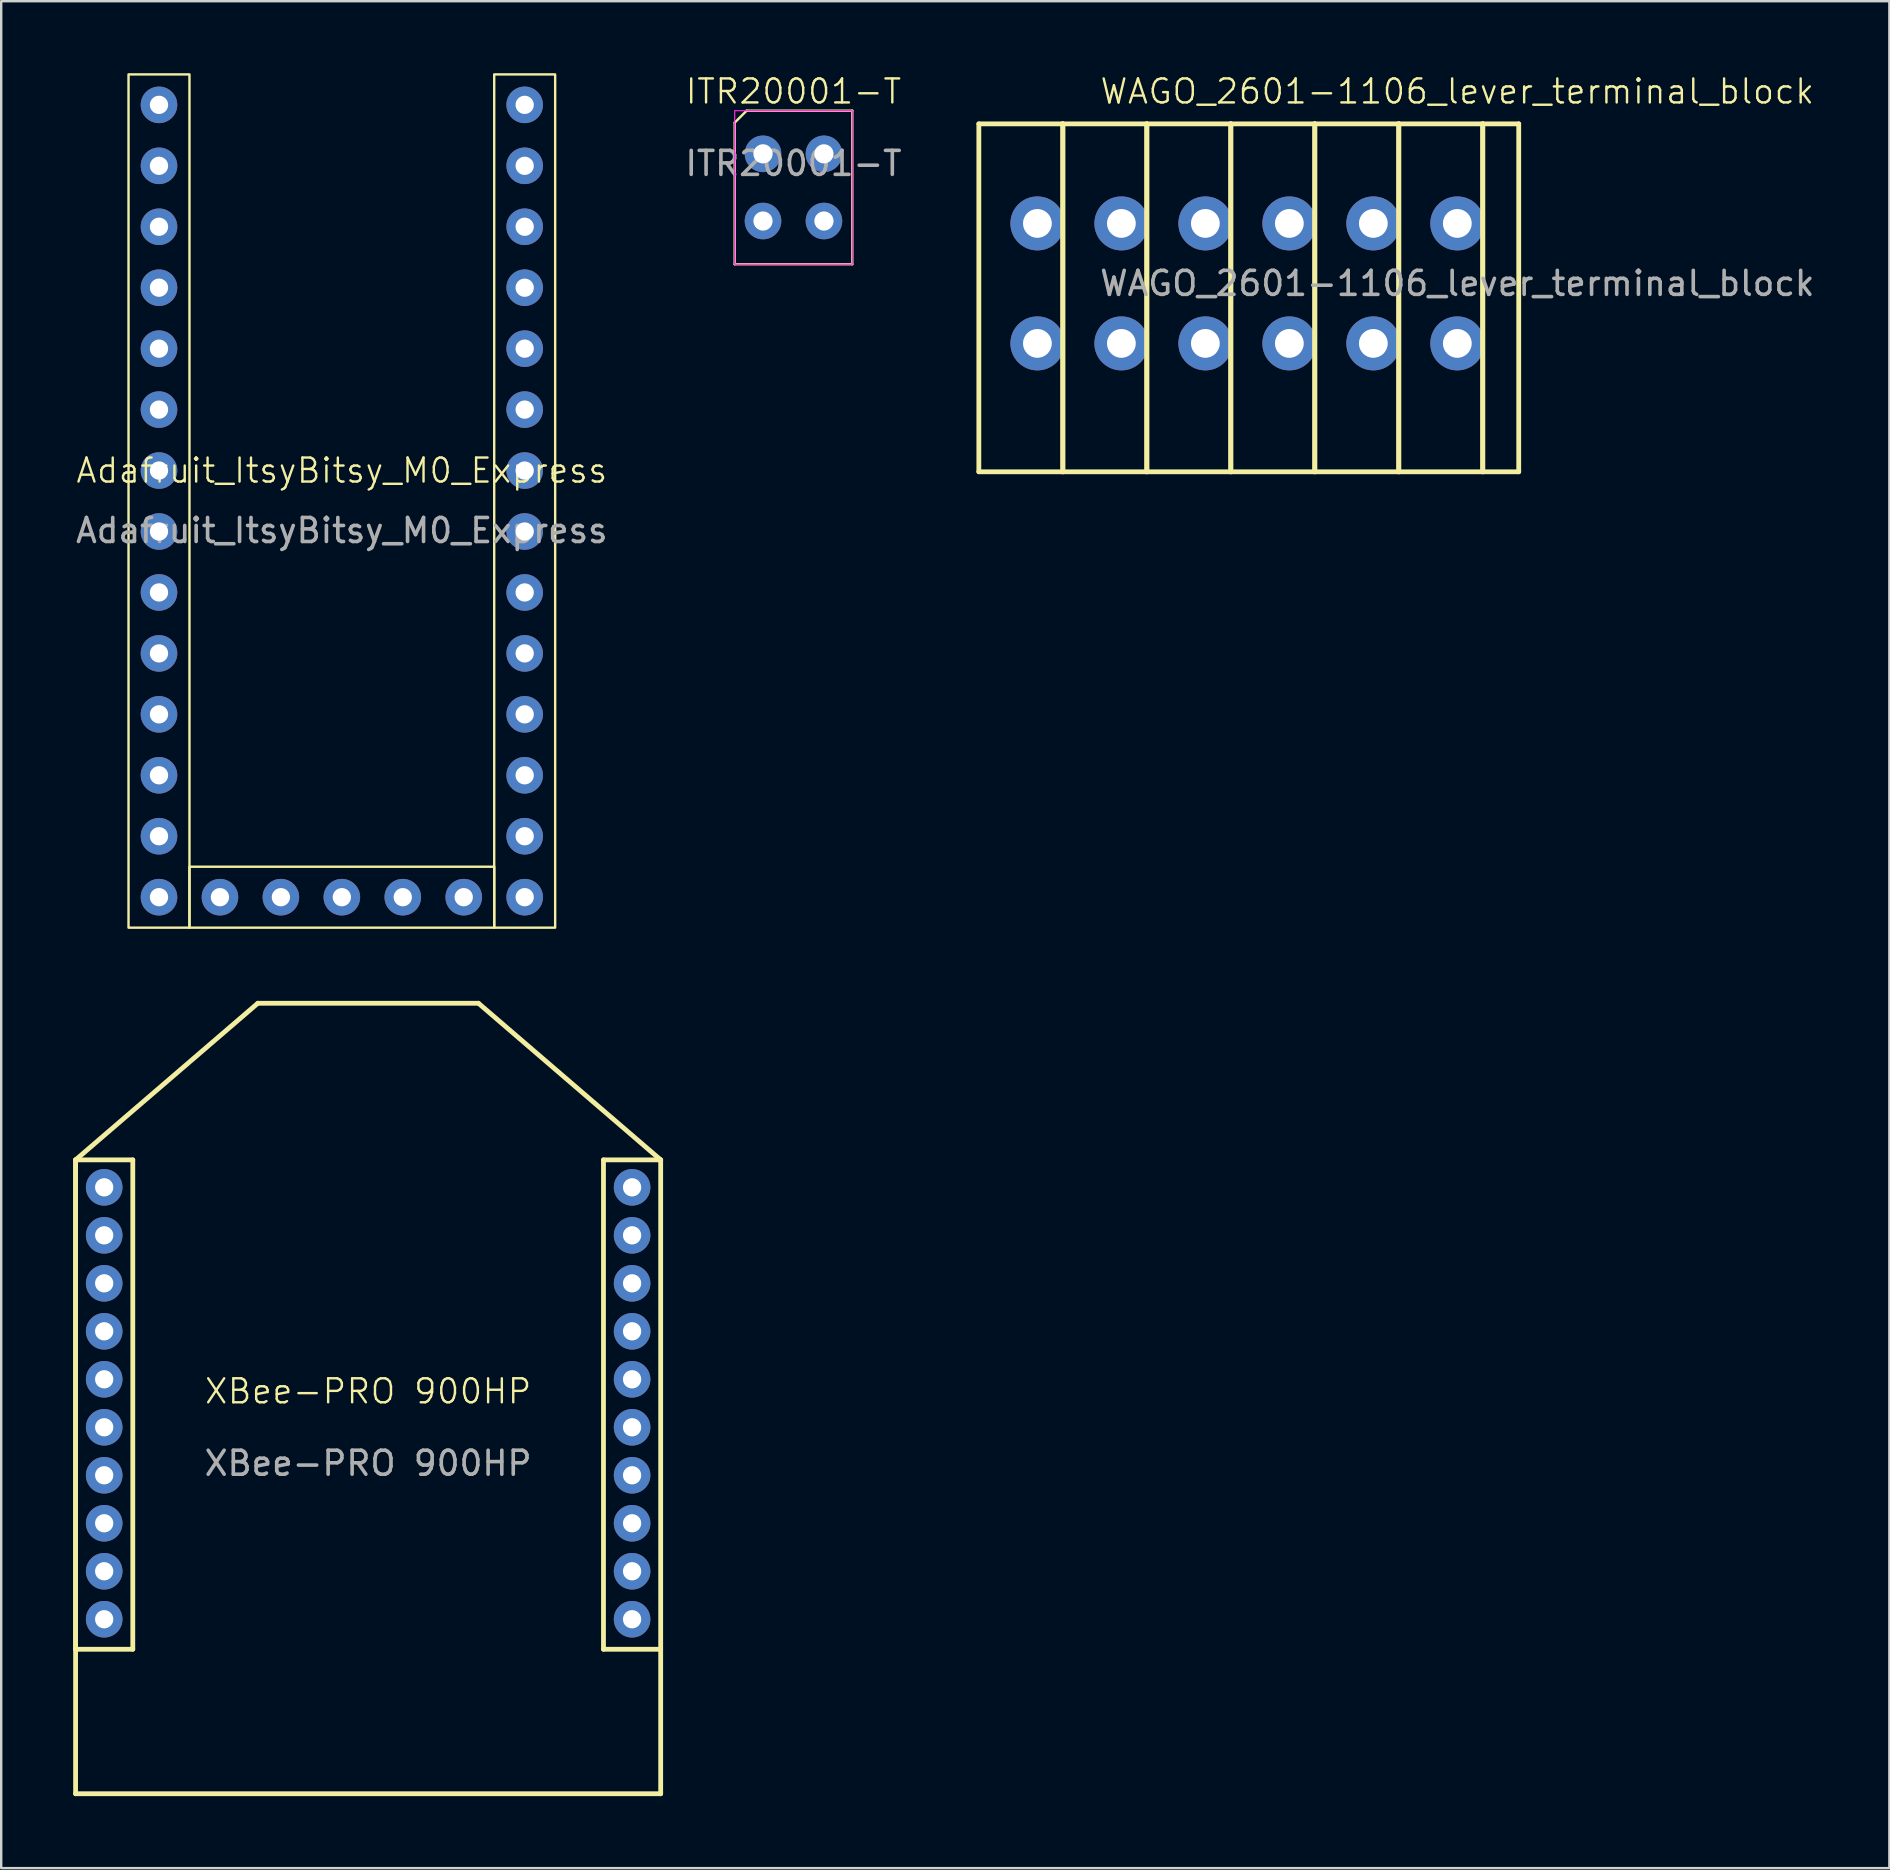
<source format=kicad_pcb>
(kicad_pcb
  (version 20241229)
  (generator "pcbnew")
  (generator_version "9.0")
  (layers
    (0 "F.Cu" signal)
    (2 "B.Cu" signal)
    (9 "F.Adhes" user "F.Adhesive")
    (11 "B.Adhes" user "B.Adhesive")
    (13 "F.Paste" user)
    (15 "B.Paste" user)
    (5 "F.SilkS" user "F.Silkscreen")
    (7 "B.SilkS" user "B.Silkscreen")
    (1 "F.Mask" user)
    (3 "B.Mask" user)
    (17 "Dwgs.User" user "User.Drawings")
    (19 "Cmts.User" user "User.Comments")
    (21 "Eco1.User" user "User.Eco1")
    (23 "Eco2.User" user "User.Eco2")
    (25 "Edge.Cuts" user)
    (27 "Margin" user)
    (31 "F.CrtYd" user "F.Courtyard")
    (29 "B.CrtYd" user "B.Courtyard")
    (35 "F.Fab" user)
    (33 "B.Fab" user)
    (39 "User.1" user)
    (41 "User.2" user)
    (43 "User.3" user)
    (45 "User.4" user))
  (footprint "XBee-PRO 900HP"
    (layer "F.Cu")
    (at 12.292 55.432)
    (property "Reference" "XBee-PRO 900HP" (at 0 -0.5 0) (unlocked yes) (layer "F.SilkS") (effects (font (size 1 1) (thickness 0.1))))
    (attr through_hole)
    (fp_line (start -12.192 -10.144) (end -12.192 10.25) (stroke (width 0.2) (type solid)) (layer "F.SilkS"))
    (fp_line (start -12.192 -10.144) (end -9.808 -10.144) (stroke (width 0.2) (type solid)) (layer "F.SilkS"))
    (fp_line (start -12.192 -10.144) (end -4.597 -16.672) (stroke (width 0.2) (type solid)) (layer "F.SilkS"))
    (fp_line (start -12.192 10.25) (end -9.808 10.25) (stroke (width 0.2) (type solid)) (layer "F.SilkS"))
    (fp_line (start -12.192 16.272) (end -12.192 -10.144) (stroke (width 0.2) (type solid)) (layer "F.SilkS"))
    (fp_line (start -12.192 16.272) (end 12.192 16.272) (stroke (width 0.2) (type solid)) (layer "F.SilkS"))
    (fp_line (start -9.808 -10.144) (end -9.808 10.25) (stroke (width 0.2) (type solid)) (layer "F.SilkS"))
    (fp_line (start -4.597 -16.672) (end 4.597 -16.672) (stroke (width 0.2) (type solid)) (layer "F.SilkS"))
    (fp_line (start 9.808 -10.144) (end 9.808 10.25) (stroke (width 0.2) (type solid)) (layer "F.SilkS"))
    (fp_line (start 12.192 -10.144) (end 4.597 -16.672) (stroke (width 0.2) (type solid)) (layer "F.SilkS"))
    (fp_line (start 12.192 -10.144) (end 9.808 -10.144) (stroke (width 0.2) (type solid)) (layer "F.SilkS"))
    (fp_line (start 12.192 10.25) (end 9.808 10.25) (stroke (width 0.2) (type solid)) (layer "F.SilkS"))
    (fp_line (start 12.192 16.272) (end 12.192 -10.144) (stroke (width 0.2) (type solid)) (layer "F.SilkS"))
    (fp_text user "${REFERENCE}" (at 0 2.5 0) (unlocked yes) (layer "F.Fab") (effects (font (size 1 1) (thickness 0.15))))
    (pad "1" thru_hole circle (at -11 -9) (size 1.524 1.524) (drill 0.762) (layers "*.Cu" "*.Mask"))
    (pad "2" thru_hole circle (at -11 -7) (size 1.524 1.524) (drill 0.762) (layers "*.Cu" "*.Mask"))
    (pad "3" thru_hole circle (at -11 -5) (size 1.524 1.524) (drill 0.762) (layers "*.Cu" "*.Mask"))
    (pad "4" thru_hole circle (at -11 -3) (size 1.524 1.524) (drill 0.762) (layers "*.Cu" "*.Mask"))
    (pad "5" thru_hole circle (at -11 -1) (size 1.524 1.524) (drill 0.762) (layers "*.Cu" "*.Mask"))
    (pad "6" thru_hole circle (at -11 1) (size 1.524 1.524) (drill 0.762) (layers "*.Cu" "*.Mask"))
    (pad "7" thru_hole circle (at -11 3) (size 1.524 1.524) (drill 0.762) (layers "*.Cu" "*.Mask"))
    (pad "8" thru_hole circle (at -11 5) (size 1.524 1.524) (drill 0.762) (layers "*.Cu" "*.Mask"))
    (pad "9" thru_hole circle (at -11 7) (size 1.524 1.524) (drill 0.762) (layers "*.Cu" "*.Mask"))
    (pad "10" thru_hole circle (at -11 9) (size 1.524 1.524) (drill 0.762) (layers "*.Cu" "*.Mask"))
    (pad "11" thru_hole circle (at 11 9 180) (size 1.524 1.524) (drill 0.762) (layers "*.Cu" "*.Mask"))
    (pad "12" thru_hole circle (at 11 7 180) (size 1.524 1.524) (drill 0.762) (layers "*.Cu" "*.Mask"))
    (pad "13" thru_hole circle (at 11 5 180) (size 1.524 1.524) (drill 0.762) (layers "*.Cu" "*.Mask"))
    (pad "14" thru_hole circle (at 11 3 180) (size 1.524 1.524) (drill 0.762) (layers "*.Cu" "*.Mask"))
    (pad "15" thru_hole circle (at 11 1 180) (size 1.524 1.524) (drill 0.762) (layers "*.Cu" "*.Mask"))
    (pad "16" thru_hole circle (at 11 -1 180) (size 1.524 1.524) (drill 0.762) (layers "*.Cu" "*.Mask"))
    (pad "17" thru_hole circle (at 11 -3 180) (size 1.524 1.524) (drill 0.762) (layers "*.Cu" "*.Mask"))
    (pad "18" thru_hole circle (at 11 -5 180) (size 1.524 1.524) (drill 0.762) (layers "*.Cu" "*.Mask"))
    (pad "19" thru_hole circle (at 11 -7 180) (size 1.524 1.524) (drill 0.762) (layers "*.Cu" "*.Mask"))
    (pad "20" thru_hole circle (at 11 -9 180) (size 1.524 1.524) (drill 0.762) (layers "*.Cu" "*.Mask")))
  (footprint "Adafruit_ItsyBitsy_M0_Express"
    (layer "F.Cu")
    (at 11.196 16.56)
    (property "Reference" "Adafruit_ItsyBitsy_M0_Express" (at 0 0 0) (unlocked yes) (layer "F.SilkS") (effects (font (size 1 1) (thickness 0.1))))
    (attr through_hole)
    (fp_rect (start -8.89 -16.51) (end -6.35 19.05) (stroke (width 0.1) (type default)) (fill no) (layer "F.SilkS"))
    (fp_rect (start -6.35 16.51) (end 6.35 19.05) (stroke (width 0.1) (type default)) (fill no) (layer "F.SilkS"))
    (fp_rect (start 6.35 -16.51) (end 8.89 19.05) (stroke (width 0.1) (type default)) (fill no) (layer "F.SilkS"))
    (fp_text user "${REFERENCE}" (at 0 2.5 0) (unlocked yes) (layer "F.Fab") (effects (font (size 1 1) (thickness 0.15))))
    (pad "1" thru_hole circle (at -7.62 -15.24) (size 1.524 1.524) (drill 0.762) (layers "*.Cu" "*.Mask"))
    (pad "2" thru_hole circle (at -7.62 -12.7) (size 1.524 1.524) (drill 0.762) (layers "*.Cu" "*.Mask"))
    (pad "3" thru_hole circle (at -7.62 -10.16) (size 1.524 1.524) (drill 0.762) (layers "*.Cu" "*.Mask"))
    (pad "4" thru_hole circle (at -7.62 -7.62) (size 1.524 1.524) (drill 0.762) (layers "*.Cu" "*.Mask"))
    (pad "5" thru_hole circle (at -7.62 -5.08) (size 1.524 1.524) (drill 0.762) (layers "*.Cu" "*.Mask"))
    (pad "6" thru_hole circle (at -7.62 -2.54) (size 1.524 1.524) (drill 0.762) (layers "*.Cu" "*.Mask"))
    (pad "7" thru_hole circle (at -7.62 0) (size 1.524 1.524) (drill 0.762) (layers "*.Cu" "*.Mask"))
    (pad "8" thru_hole circle (at -7.62 2.54) (size 1.524 1.524) (drill 0.762) (layers "*.Cu" "*.Mask"))
    (pad "9" thru_hole circle (at -7.62 5.08) (size 1.524 1.524) (drill 0.762) (layers "*.Cu" "*.Mask"))
    (pad "10" thru_hole circle (at -7.62 7.62) (size 1.524 1.524) (drill 0.762) (layers "*.Cu" "*.Mask"))
    (pad "11" thru_hole circle (at -7.62 10.16) (size 1.524 1.524) (drill 0.762) (layers "*.Cu" "*.Mask"))
    (pad "12" thru_hole circle (at -7.62 12.7) (size 1.524 1.524) (drill 0.762) (layers "*.Cu" "*.Mask"))
    (pad "13" thru_hole circle (at -7.62 15.24) (size 1.524 1.524) (drill 0.762) (layers "*.Cu" "*.Mask"))
    (pad "14" thru_hole circle (at -7.62 17.78) (size 1.524 1.524) (drill 0.762) (layers "*.Cu" "*.Mask"))
    (pad "15" thru_hole circle (at -5.08 17.78) (size 1.524 1.524) (drill 0.762) (layers "*.Cu" "*.Mask"))
    (pad "16" thru_hole circle (at -2.54 17.78) (size 1.524 1.524) (drill 0.762) (layers "*.Cu" "*.Mask"))
    (pad "17" thru_hole circle (at 0 17.78) (size 1.524 1.524) (drill 0.762) (layers "*.Cu" "*.Mask"))
    (pad "18" thru_hole circle (at 2.54 17.78) (size 1.524 1.524) (drill 0.762) (layers "*.Cu" "*.Mask"))
    (pad "19" thru_hole circle (at 5.08 17.78) (size 1.524 1.524) (drill 0.762) (layers "*.Cu" "*.Mask"))
    (pad "20" thru_hole circle (at 7.62 17.78) (size 1.524 1.524) (drill 0.762) (layers "*.Cu" "*.Mask"))
    (pad "21" thru_hole circle (at 7.62 15.24) (size 1.524 1.524) (drill 0.762) (layers "*.Cu" "*.Mask"))
    (pad "22" thru_hole circle (at 7.62 12.7) (size 1.524 1.524) (drill 0.762) (layers "*.Cu" "*.Mask"))
    (pad "23" thru_hole circle (at 7.62 10.16) (size 1.524 1.524) (drill 0.762) (layers "*.Cu" "*.Mask"))
    (pad "24" thru_hole circle (at 7.62 7.62) (size 1.524 1.524) (drill 0.762) (layers "*.Cu" "*.Mask"))
    (pad "25" thru_hole circle (at 7.62 5.08) (size 1.524 1.524) (drill 0.762) (layers "*.Cu" "*.Mask"))
    (pad "26" thru_hole circle (at 7.62 2.54) (size 1.524 1.524) (drill 0.762) (layers "*.Cu" "*.Mask"))
    (pad "27" thru_hole circle (at 7.62 0) (size 1.524 1.524) (drill 0.762) (layers "*.Cu" "*.Mask"))
    (pad "28" thru_hole circle (at 7.62 -2.54) (size 1.524 1.524) (drill 0.762) (layers "*.Cu" "*.Mask"))
    (pad "29" thru_hole circle (at 7.62 -5.08) (size 1.524 1.524) (drill 0.762) (layers "*.Cu" "*.Mask"))
    (pad "30" thru_hole circle (at 7.62 -7.62) (size 1.524 1.524) (drill 0.762) (layers "*.Cu" "*.Mask"))
    (pad "31" thru_hole circle (at 7.62 -10.16) (size 1.524 1.524) (drill 0.762) (layers "*.Cu" "*.Mask"))
    (pad "32" thru_hole circle (at 7.62 -12.7) (size 1.524 1.524) (drill 0.762) (layers "*.Cu" "*.Mask"))
    (pad "33" thru_hole circle (at 7.62 -15.24) (size 1.524 1.524) (drill 0.762) (layers "*.Cu" "*.Mask")))
  (footprint "ITR20001-T"
    (layer "F.Cu")
    (at 30.018 4.761)
    (property "Reference" "ITR20001-T" (at 0 -4 0) (unlocked yes) (layer "F.SilkS") (effects (font (size 1 1) (thickness 0.1))))
    (attr through_hole)
    (fp_line (start -2.45 3.2) (end -2.45 -2.7) (stroke (width 0.1) (type default)) (layer "F.SilkS"))
    (fp_line (start -1.95 -3.2) (end -2.45 -2.7) (stroke (width 0.1) (type default)) (layer "F.SilkS"))
    (fp_line (start 2.45 -3.2) (end -1.95 -3.2) (stroke (width 0.1) (type default)) (layer "F.SilkS"))
    (fp_line (start 2.45 3.2) (end -2.45 3.2) (stroke (width 0.1) (type default)) (layer "F.SilkS"))
    (fp_line (start 2.45 3.2) (end 2.45 -3.2) (stroke (width 0.1) (type default)) (layer "F.SilkS"))
    (fp_rect (start -2.45 -3.2) (end 2.45 3.2) (stroke (width 0.05) (type default)) (fill no) (layer "F.CrtYd"))
    (fp_text user "${REFERENCE}" (at 0 -1 0) (unlocked yes) (layer "F.Fab") (effects (font (size 1 1) (thickness 0.15))))
    (pad "1" thru_hole circle (at -1.27 -1.4) (size 1.524 1.524) (drill 0.8) (layers "*.Cu" "*.Mask"))
    (pad "2" thru_hole circle (at -1.27 1.4) (size 1.524 1.524) (drill 0.8) (layers "*.Cu" "*.Mask"))
    (pad "3" thru_hole circle (at 1.27 1.4) (size 1.524 1.524) (drill 0.8) (layers "*.Cu" "*.Mask"))
    (pad "4" thru_hole circle (at 1.27 -1.4) (size 1.524 1.524) (drill 0.8) (layers "*.Cu" "*.Mask")))
  (footprint "WAGO_2601-1106_lever_terminal_block"
    (layer "F.Cu")
    (at 57.683 6.261)
    (property "Reference" "WAGO_2601-1106_lever_terminal_block" (at 0 -5.5 0) (unlocked yes) (layer "F.SilkS") (effects (font (size 1 1) (thickness 0.1))))
    (attr through_hole)
    (fp_line (start -19.94 -4.15) (end -19.94 10.35) (stroke (width 0.2) (type solid)) (layer "F.SilkS"))
    (fp_line (start -19.94 -4.15) (end -16.44 -4.15) (stroke (width 0.2) (type solid)) (layer "F.SilkS"))
    (fp_line (start -19.94 10.35) (end -16.44 10.35) (stroke (width 0.2) (type solid)) (layer "F.SilkS"))
    (fp_line (start -16.44 -4.15) (end -16.44 10.35) (stroke (width 0.2) (type solid)) (layer "F.SilkS"))
    (fp_line (start -16.44 -4.15) (end -16.44 10.35) (stroke (width 0.2) (type solid)) (layer "F.SilkS"))
    (fp_line (start -16.44 -4.15) (end -12.94 -4.15) (stroke (width 0.2) (type solid)) (layer "F.SilkS"))
    (fp_line (start -16.44 10.35) (end -12.94 10.35) (stroke (width 0.2) (type solid)) (layer "F.SilkS"))
    (fp_line (start -12.94 -4.15) (end -12.94 10.35) (stroke (width 0.2) (type solid)) (layer "F.SilkS"))
    (fp_line (start -12.94 -4.15) (end -12.94 10.35) (stroke (width 0.2) (type solid)) (layer "F.SilkS"))
    (fp_line (start -12.94 -4.15) (end -9.44 -4.15) (stroke (width 0.2) (type solid)) (layer "F.SilkS"))
    (fp_line (start -12.94 10.35) (end -9.44 10.35) (stroke (width 0.2) (type solid)) (layer "F.SilkS"))
    (fp_line (start -9.44 -4.15) (end -9.44 10.35) (stroke (width 0.2) (type solid)) (layer "F.SilkS"))
    (fp_line (start -9.44 -4.15) (end -9.44 10.35) (stroke (width 0.2) (type solid)) (layer "F.SilkS"))
    (fp_line (start -9.44 -4.15) (end -5.94 -4.15) (stroke (width 0.2) (type solid)) (layer "F.SilkS"))
    (fp_line (start -9.44 10.35) (end -5.94 10.35) (stroke (width 0.2) (type solid)) (layer "F.SilkS"))
    (fp_line (start -5.94 -4.15) (end -5.94 10.35) (stroke (width 0.2) (type solid)) (layer "F.SilkS"))
    (fp_line (start -5.94 -4.15) (end -5.94 10.35) (stroke (width 0.2) (type solid)) (layer "F.SilkS"))
    (fp_line (start -5.94 -4.15) (end -2.44 -4.15) (stroke (width 0.2) (type solid)) (layer "F.SilkS"))
    (fp_line (start -5.94 10.35) (end -2.44 10.35) (stroke (width 0.2) (type solid)) (layer "F.SilkS"))
    (fp_line (start -2.44 -4.15) (end -2.44 10.35) (stroke (width 0.2) (type solid)) (layer "F.SilkS"))
    (fp_line (start -2.44 -4.15) (end -2.44 10.35) (stroke (width 0.2) (type solid)) (layer "F.SilkS"))
    (fp_line (start -2.44 -4.15) (end 1.06 -4.15) (stroke (width 0.2) (type solid)) (layer "F.SilkS"))
    (fp_line (start -2.44 10.35) (end 1.06 10.35) (stroke (width 0.2) (type solid)) (layer "F.SilkS"))
    (fp_line (start 1.06 -4.15) (end 1.06 10.35) (stroke (width 0.2) (type solid)) (layer "F.SilkS"))
    (fp_line (start 1.06 -4.15) (end 1.06 10.35) (stroke (width 0.2) (type solid)) (layer "F.SilkS"))
    (fp_line (start 1.06 -4.15) (end 2.56 -4.15) (stroke (width 0.2) (type solid)) (layer "F.SilkS"))
    (fp_line (start 1.06 10.35) (end 2.56 10.35) (stroke (width 0.2) (type solid)) (layer "F.SilkS"))
    (fp_line (start 2.56 -4.15) (end 2.56 10.35) (stroke (width 0.2) (type solid)) (layer "F.SilkS"))
    (fp_text user "${REFERENCE}" (at 0 2.5 0) (unlocked yes) (layer "F.Fab") (effects (font (size 1 1) (thickness 0.15))))
    (pad "1" thru_hole circle (at -17.5 0) (size 2.25 2.25) (drill 1.2) (layers "*.Cu" "*.Mask"))
    (pad "1" thru_hole circle (at -17.5 5) (size 2.25 2.25) (drill 1.2) (layers "*.Cu" "*.Mask"))
    (pad "2" thru_hole circle (at -14 0) (size 2.25 2.25) (drill 1.2) (layers "*.Cu" "*.Mask"))
    (pad "2" thru_hole circle (at -14 5) (size 2.25 2.25) (drill 1.2) (layers "*.Cu" "*.Mask"))
    (pad "3" thru_hole circle (at -10.5 0) (size 2.25 2.25) (drill 1.2) (layers "*.Cu" "*.Mask"))
    (pad "3" thru_hole circle (at -10.5 5) (size 2.25 2.25) (drill 1.2) (layers "*.Cu" "*.Mask"))
    (pad "4" thru_hole circle (at -7 0) (size 2.25 2.25) (drill 1.2) (layers "*.Cu" "*.Mask"))
    (pad "4" thru_hole circle (at -7 5) (size 2.25 2.25) (drill 1.2) (layers "*.Cu" "*.Mask"))
    (pad "5" thru_hole circle (at -3.5 0) (size 2.25 2.25) (drill 1.2) (layers "*.Cu" "*.Mask"))
    (pad "5" thru_hole circle (at -3.5 5) (size 2.25 2.25) (drill 1.2) (layers "*.Cu" "*.Mask"))
    (pad "6" thru_hole circle (at 0 0) (size 2.25 2.25) (drill 1.2) (layers "*.Cu" "*.Mask"))
    (pad "6" thru_hole circle (at 0 5) (size 2.25 2.25) (drill 1.2) (layers "*.Cu" "*.Mask")))
  (gr_rect
    (start -3 -3)
    (end 75.689 74.804)
    (stroke (width 0.1) (type default))
    (fill no)
    (layer "Edge.Cuts")))
</source>
